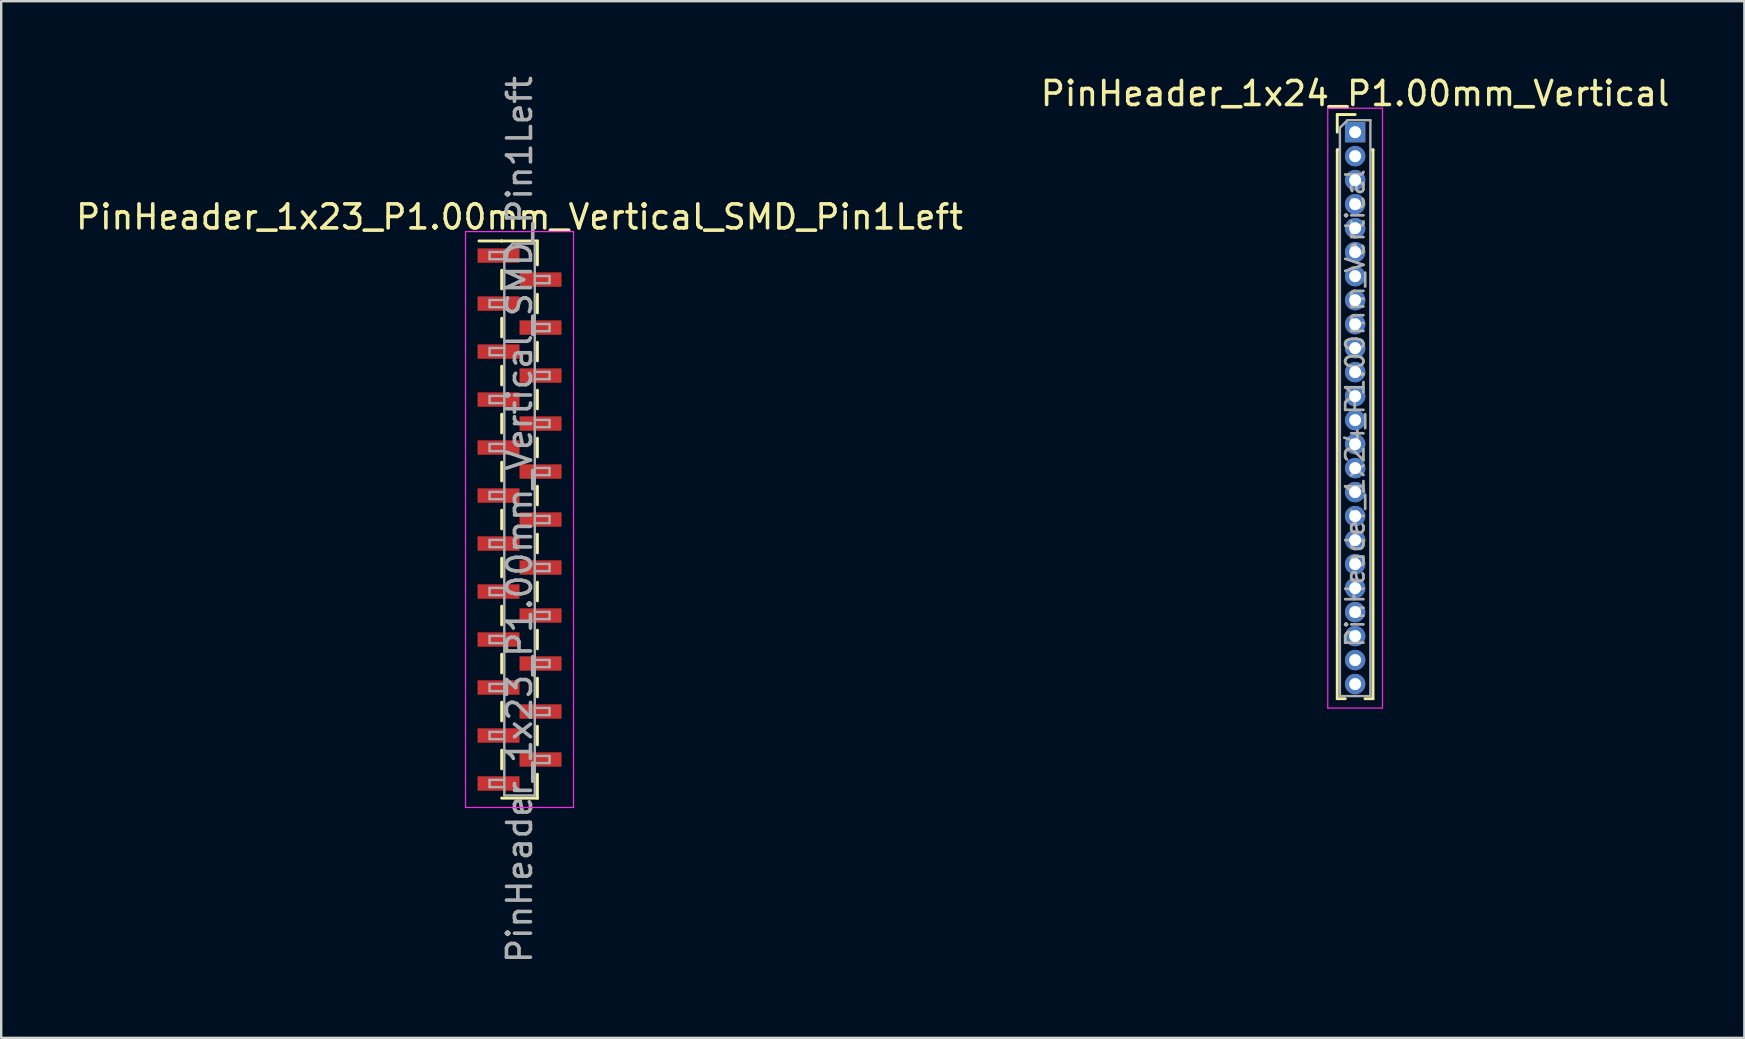
<source format=kicad_pcb>
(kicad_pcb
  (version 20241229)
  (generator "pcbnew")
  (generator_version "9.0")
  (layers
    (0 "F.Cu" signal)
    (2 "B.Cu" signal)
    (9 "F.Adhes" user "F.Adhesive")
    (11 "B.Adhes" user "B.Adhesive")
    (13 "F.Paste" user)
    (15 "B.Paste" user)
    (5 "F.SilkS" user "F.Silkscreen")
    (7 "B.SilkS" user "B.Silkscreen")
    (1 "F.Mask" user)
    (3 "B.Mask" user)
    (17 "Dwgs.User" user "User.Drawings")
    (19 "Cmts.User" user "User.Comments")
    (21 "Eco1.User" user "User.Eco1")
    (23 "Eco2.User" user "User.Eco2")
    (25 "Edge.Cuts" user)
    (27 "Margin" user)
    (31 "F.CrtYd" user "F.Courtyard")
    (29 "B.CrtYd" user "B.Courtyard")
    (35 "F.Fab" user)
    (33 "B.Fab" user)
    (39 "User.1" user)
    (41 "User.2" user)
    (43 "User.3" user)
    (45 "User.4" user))
  (footprint "PinHeader_1x23_P1.00mm_Vertical_SMD_Pin1Left"
    (layer "F.Cu")
    (at 18.601 18.601)
    (property "Reference" "PinHeader_1x23_P1.00mm_Vertical_SMD_Pin1Left" (at 0 -12.61 0) (layer "F.SilkS") (effects (font (size 1 1) (thickness 0.15))))
    (attr smd)
    (fp_line (start -0.745 -11.61) (end -1.69 -11.61) (stroke (width 0.12) (type solid)) (layer "F.SilkS"))
    (fp_line (start -0.745 -11.61) (end -0.745 -11.61) (stroke (width 0.12) (type solid)) (layer "F.SilkS"))
    (fp_line (start -0.745 -11.61) (end 0.745 -11.61) (stroke (width 0.12) (type solid)) (layer "F.SilkS"))
    (fp_line (start -0.745 -10.39) (end -0.745 -9.61) (stroke (width 0.12) (type solid)) (layer "F.SilkS"))
    (fp_line (start -0.745 -8.39) (end -0.745 -7.61) (stroke (width 0.12) (type solid)) (layer "F.SilkS"))
    (fp_line (start -0.745 -6.39) (end -0.745 -5.61) (stroke (width 0.12) (type solid)) (layer "F.SilkS"))
    (fp_line (start -0.745 -4.39) (end -0.745 -3.61) (stroke (width 0.12) (type solid)) (layer "F.SilkS"))
    (fp_line (start -0.745 -2.39) (end -0.745 -1.61) (stroke (width 0.12) (type solid)) (layer "F.SilkS"))
    (fp_line (start -0.745 -0.39) (end -0.745 0.39) (stroke (width 0.12) (type solid)) (layer "F.SilkS"))
    (fp_line (start -0.745 1.61) (end -0.745 2.39) (stroke (width 0.12) (type solid)) (layer "F.SilkS"))
    (fp_line (start -0.745 3.61) (end -0.745 4.39) (stroke (width 0.12) (type solid)) (layer "F.SilkS"))
    (fp_line (start -0.745 5.61) (end -0.745 6.39) (stroke (width 0.12) (type solid)) (layer "F.SilkS"))
    (fp_line (start -0.745 7.61) (end -0.745 8.39) (stroke (width 0.12) (type solid)) (layer "F.SilkS"))
    (fp_line (start -0.745 9.61) (end -0.745 10.39) (stroke (width 0.12) (type solid)) (layer "F.SilkS"))
    (fp_line (start -0.745 11.61) (end 0.745 11.61) (stroke (width 0.12) (type solid)) (layer "F.SilkS"))
    (fp_line (start 0.745 -11.61) (end 0.745 -10.61) (stroke (width 0.12) (type solid)) (layer "F.SilkS"))
    (fp_line (start 0.745 -9.39) (end 0.745 -8.61) (stroke (width 0.12) (type solid)) (layer "F.SilkS"))
    (fp_line (start 0.745 -7.39) (end 0.745 -6.61) (stroke (width 0.12) (type solid)) (layer "F.SilkS"))
    (fp_line (start 0.745 -5.39) (end 0.745 -4.61) (stroke (width 0.12) (type solid)) (layer "F.SilkS"))
    (fp_line (start 0.745 -3.39) (end 0.745 -2.61) (stroke (width 0.12) (type solid)) (layer "F.SilkS"))
    (fp_line (start 0.745 -1.39) (end 0.745 -0.61) (stroke (width 0.12) (type solid)) (layer "F.SilkS"))
    (fp_line (start 0.745 0.61) (end 0.745 1.39) (stroke (width 0.12) (type solid)) (layer "F.SilkS"))
    (fp_line (start 0.745 2.61) (end 0.745 3.39) (stroke (width 0.12) (type solid)) (layer "F.SilkS"))
    (fp_line (start 0.745 4.61) (end 0.745 5.39) (stroke (width 0.12) (type solid)) (layer "F.SilkS"))
    (fp_line (start 0.745 6.61) (end 0.745 7.39) (stroke (width 0.12) (type solid)) (layer "F.SilkS"))
    (fp_line (start 0.745 8.61) (end 0.745 9.39) (stroke (width 0.12) (type solid)) (layer "F.SilkS"))
    (fp_line (start 0.745 10.61) (end 0.745 11.61) (stroke (width 0.12) (type solid)) (layer "F.SilkS"))
    (fp_line (start 0.745 11.61) (end 0.745 11.61) (stroke (width 0.12) (type solid)) (layer "F.SilkS"))
    (fp_line (start -2.25 -12) (end -2.25 12) (stroke (width 0.05) (type solid)) (layer "F.CrtYd"))
    (fp_line (start -2.25 12) (end 2.25 12) (stroke (width 0.05) (type solid)) (layer "F.CrtYd"))
    (fp_line (start 2.25 -12) (end -2.25 -12) (stroke (width 0.05) (type solid)) (layer "F.CrtYd"))
    (fp_line (start 2.25 12) (end 2.25 -12) (stroke (width 0.05) (type solid)) (layer "F.CrtYd"))
    (fp_line (start -1.25 -11.15) (end -1.25 -10.85) (stroke (width 0.1) (type solid)) (layer "F.Fab"))
    (fp_line (start -1.25 -10.85) (end -0.635 -10.85) (stroke (width 0.1) (type solid)) (layer "F.Fab"))
    (fp_line (start -1.25 -9.15) (end -1.25 -8.85) (stroke (width 0.1) (type solid)) (layer "F.Fab"))
    (fp_line (start -1.25 -8.85) (end -0.635 -8.85) (stroke (width 0.1) (type solid)) (layer "F.Fab"))
    (fp_line (start -1.25 -7.15) (end -1.25 -6.85) (stroke (width 0.1) (type solid)) (layer "F.Fab"))
    (fp_line (start -1.25 -6.85) (end -0.635 -6.85) (stroke (width 0.1) (type solid)) (layer "F.Fab"))
    (fp_line (start -1.25 -5.15) (end -1.25 -4.85) (stroke (width 0.1) (type solid)) (layer "F.Fab"))
    (fp_line (start -1.25 -4.85) (end -0.635 -4.85) (stroke (width 0.1) (type solid)) (layer "F.Fab"))
    (fp_line (start -1.25 -3.15) (end -1.25 -2.85) (stroke (width 0.1) (type solid)) (layer "F.Fab"))
    (fp_line (start -1.25 -2.85) (end -0.635 -2.85) (stroke (width 0.1) (type solid)) (layer "F.Fab"))
    (fp_line (start -1.25 -1.15) (end -1.25 -0.85) (stroke (width 0.1) (type solid)) (layer "F.Fab"))
    (fp_line (start -1.25 -0.85) (end -0.635 -0.85) (stroke (width 0.1) (type solid)) (layer "F.Fab"))
    (fp_line (start -1.25 0.85) (end -1.25 1.15) (stroke (width 0.1) (type solid)) (layer "F.Fab"))
    (fp_line (start -1.25 1.15) (end -0.635 1.15) (stroke (width 0.1) (type solid)) (layer "F.Fab"))
    (fp_line (start -1.25 2.85) (end -1.25 3.15) (stroke (width 0.1) (type solid)) (layer "F.Fab"))
    (fp_line (start -1.25 3.15) (end -0.635 3.15) (stroke (width 0.1) (type solid)) (layer "F.Fab"))
    (fp_line (start -1.25 4.85) (end -1.25 5.15) (stroke (width 0.1) (type solid)) (layer "F.Fab"))
    (fp_line (start -1.25 5.15) (end -0.635 5.15) (stroke (width 0.1) (type solid)) (layer "F.Fab"))
    (fp_line (start -1.25 6.85) (end -1.25 7.15) (stroke (width 0.1) (type solid)) (layer "F.Fab"))
    (fp_line (start -1.25 7.15) (end -0.635 7.15) (stroke (width 0.1) (type solid)) (layer "F.Fab"))
    (fp_line (start -1.25 8.85) (end -1.25 9.15) (stroke (width 0.1) (type solid)) (layer "F.Fab"))
    (fp_line (start -1.25 9.15) (end -0.635 9.15) (stroke (width 0.1) (type solid)) (layer "F.Fab"))
    (fp_line (start -1.25 10.85) (end -1.25 11.15) (stroke (width 0.1) (type solid)) (layer "F.Fab"))
    (fp_line (start -1.25 11.15) (end -0.635 11.15) (stroke (width 0.1) (type solid)) (layer "F.Fab"))
    (fp_line (start -0.635 -11.15) (end -1.25 -11.15) (stroke (width 0.1) (type solid)) (layer "F.Fab"))
    (fp_line (start -0.635 -11.15) (end -0.285 -11.5) (stroke (width 0.1) (type solid)) (layer "F.Fab"))
    (fp_line (start -0.635 -9.15) (end -1.25 -9.15) (stroke (width 0.1) (type solid)) (layer "F.Fab"))
    (fp_line (start -0.635 -7.15) (end -1.25 -7.15) (stroke (width 0.1) (type solid)) (layer "F.Fab"))
    (fp_line (start -0.635 -5.15) (end -1.25 -5.15) (stroke (width 0.1) (type solid)) (layer "F.Fab"))
    (fp_line (start -0.635 -3.15) (end -1.25 -3.15) (stroke (width 0.1) (type solid)) (layer "F.Fab"))
    (fp_line (start -0.635 -1.15) (end -1.25 -1.15) (stroke (width 0.1) (type solid)) (layer "F.Fab"))
    (fp_line (start -0.635 0.85) (end -1.25 0.85) (stroke (width 0.1) (type solid)) (layer "F.Fab"))
    (fp_line (start -0.635 2.85) (end -1.25 2.85) (stroke (width 0.1) (type solid)) (layer "F.Fab"))
    (fp_line (start -0.635 4.85) (end -1.25 4.85) (stroke (width 0.1) (type solid)) (layer "F.Fab"))
    (fp_line (start -0.635 6.85) (end -1.25 6.85) (stroke (width 0.1) (type solid)) (layer "F.Fab"))
    (fp_line (start -0.635 8.85) (end -1.25 8.85) (stroke (width 0.1) (type solid)) (layer "F.Fab"))
    (fp_line (start -0.635 10.85) (end -1.25 10.85) (stroke (width 0.1) (type solid)) (layer "F.Fab"))
    (fp_line (start -0.635 11.5) (end -0.635 -11.15) (stroke (width 0.1) (type solid)) (layer "F.Fab"))
    (fp_line (start -0.285 -11.5) (end 0.635 -11.5) (stroke (width 0.1) (type solid)) (layer "F.Fab"))
    (fp_line (start 0.635 -11.5) (end 0.635 11.5) (stroke (width 0.1) (type solid)) (layer "F.Fab"))
    (fp_line (start 0.635 -10.15) (end 1.25 -10.15) (stroke (width 0.1) (type solid)) (layer "F.Fab"))
    (fp_line (start 0.635 -8.15) (end 1.25 -8.15) (stroke (width 0.1) (type solid)) (layer "F.Fab"))
    (fp_line (start 0.635 -6.15) (end 1.25 -6.15) (stroke (width 0.1) (type solid)) (layer "F.Fab"))
    (fp_line (start 0.635 -4.15) (end 1.25 -4.15) (stroke (width 0.1) (type solid)) (layer "F.Fab"))
    (fp_line (start 0.635 -2.15) (end 1.25 -2.15) (stroke (width 0.1) (type solid)) (layer "F.Fab"))
    (fp_line (start 0.635 -0.15) (end 1.25 -0.15) (stroke (width 0.1) (type solid)) (layer "F.Fab"))
    (fp_line (start 0.635 1.85) (end 1.25 1.85) (stroke (width 0.1) (type solid)) (layer "F.Fab"))
    (fp_line (start 0.635 3.85) (end 1.25 3.85) (stroke (width 0.1) (type solid)) (layer "F.Fab"))
    (fp_line (start 0.635 5.85) (end 1.25 5.85) (stroke (width 0.1) (type solid)) (layer "F.Fab"))
    (fp_line (start 0.635 7.85) (end 1.25 7.85) (stroke (width 0.1) (type solid)) (layer "F.Fab"))
    (fp_line (start 0.635 9.85) (end 1.25 9.85) (stroke (width 0.1) (type solid)) (layer "F.Fab"))
    (fp_line (start 0.635 11.5) (end -0.635 11.5) (stroke (width 0.1) (type solid)) (layer "F.Fab"))
    (fp_line (start 1.25 -10.15) (end 1.25 -9.85) (stroke (width 0.1) (type solid)) (layer "F.Fab"))
    (fp_line (start 1.25 -9.85) (end 0.635 -9.85) (stroke (width 0.1) (type solid)) (layer "F.Fab"))
    (fp_line (start 1.25 -8.15) (end 1.25 -7.85) (stroke (width 0.1) (type solid)) (layer "F.Fab"))
    (fp_line (start 1.25 -7.85) (end 0.635 -7.85) (stroke (width 0.1) (type solid)) (layer "F.Fab"))
    (fp_line (start 1.25 -6.15) (end 1.25 -5.85) (stroke (width 0.1) (type solid)) (layer "F.Fab"))
    (fp_line (start 1.25 -5.85) (end 0.635 -5.85) (stroke (width 0.1) (type solid)) (layer "F.Fab"))
    (fp_line (start 1.25 -4.15) (end 1.25 -3.85) (stroke (width 0.1) (type solid)) (layer "F.Fab"))
    (fp_line (start 1.25 -3.85) (end 0.635 -3.85) (stroke (width 0.1) (type solid)) (layer "F.Fab"))
    (fp_line (start 1.25 -2.15) (end 1.25 -1.85) (stroke (width 0.1) (type solid)) (layer "F.Fab"))
    (fp_line (start 1.25 -1.85) (end 0.635 -1.85) (stroke (width 0.1) (type solid)) (layer "F.Fab"))
    (fp_line (start 1.25 -0.15) (end 1.25 0.15) (stroke (width 0.1) (type solid)) (layer "F.Fab"))
    (fp_line (start 1.25 0.15) (end 0.635 0.15) (stroke (width 0.1) (type solid)) (layer "F.Fab"))
    (fp_line (start 1.25 1.85) (end 1.25 2.15) (stroke (width 0.1) (type solid)) (layer "F.Fab"))
    (fp_line (start 1.25 2.15) (end 0.635 2.15) (stroke (width 0.1) (type solid)) (layer "F.Fab"))
    (fp_line (start 1.25 3.85) (end 1.25 4.15) (stroke (width 0.1) (type solid)) (layer "F.Fab"))
    (fp_line (start 1.25 4.15) (end 0.635 4.15) (stroke (width 0.1) (type solid)) (layer "F.Fab"))
    (fp_line (start 1.25 5.85) (end 1.25 6.15) (stroke (width 0.1) (type solid)) (layer "F.Fab"))
    (fp_line (start 1.25 6.15) (end 0.635 6.15) (stroke (width 0.1) (type solid)) (layer "F.Fab"))
    (fp_line (start 1.25 7.85) (end 1.25 8.15) (stroke (width 0.1) (type solid)) (layer "F.Fab"))
    (fp_line (start 1.25 8.15) (end 0.635 8.15) (stroke (width 0.1) (type solid)) (layer "F.Fab"))
    (fp_line (start 1.25 9.85) (end 1.25 10.15) (stroke (width 0.1) (type solid)) (layer "F.Fab"))
    (fp_line (start 1.25 10.15) (end 0.635 10.15) (stroke (width 0.1) (type solid)) (layer "F.Fab"))
    (fp_text user "${REFERENCE}" (at 0 0 90) (layer "F.Fab") (effects (font (size 1 1) (thickness 0.15))))
    (pad "1" smd rect (at -0.875 -11) (size 1.75 0.6) (layers "F.Cu" "F.Mask" "F.Paste"))
    (pad "2" smd rect (at 0.875 -10) (size 1.75 0.6) (layers "F.Cu" "F.Mask" "F.Paste"))
    (pad "3" smd rect (at -0.875 -9) (size 1.75 0.6) (layers "F.Cu" "F.Mask" "F.Paste"))
    (pad "4" smd rect (at 0.875 -8) (size 1.75 0.6) (layers "F.Cu" "F.Mask" "F.Paste"))
    (pad "5" smd rect (at -0.875 -7) (size 1.75 0.6) (layers "F.Cu" "F.Mask" "F.Paste"))
    (pad "6" smd rect (at 0.875 -6) (size 1.75 0.6) (layers "F.Cu" "F.Mask" "F.Paste"))
    (pad "7" smd rect (at -0.875 -5) (size 1.75 0.6) (layers "F.Cu" "F.Mask" "F.Paste"))
    (pad "8" smd rect (at 0.875 -4) (size 1.75 0.6) (layers "F.Cu" "F.Mask" "F.Paste"))
    (pad "9" smd rect (at -0.875 -3) (size 1.75 0.6) (layers "F.Cu" "F.Mask" "F.Paste"))
    (pad "10" smd rect (at 0.875 -2) (size 1.75 0.6) (layers "F.Cu" "F.Mask" "F.Paste"))
    (pad "11" smd rect (at -0.875 -1) (size 1.75 0.6) (layers "F.Cu" "F.Mask" "F.Paste"))
    (pad "12" smd rect (at 0.875 0) (size 1.75 0.6) (layers "F.Cu" "F.Mask" "F.Paste"))
    (pad "13" smd rect (at -0.875 1) (size 1.75 0.6) (layers "F.Cu" "F.Mask" "F.Paste"))
    (pad "14" smd rect (at 0.875 2) (size 1.75 0.6) (layers "F.Cu" "F.Mask" "F.Paste"))
    (pad "15" smd rect (at -0.875 3) (size 1.75 0.6) (layers "F.Cu" "F.Mask" "F.Paste"))
    (pad "16" smd rect (at 0.875 4) (size 1.75 0.6) (layers "F.Cu" "F.Mask" "F.Paste"))
    (pad "17" smd rect (at -0.875 5) (size 1.75 0.6) (layers "F.Cu" "F.Mask" "F.Paste"))
    (pad "18" smd rect (at 0.875 6) (size 1.75 0.6) (layers "F.Cu" "F.Mask" "F.Paste"))
    (pad "19" smd rect (at -0.875 7) (size 1.75 0.6) (layers "F.Cu" "F.Mask" "F.Paste"))
    (pad "20" smd rect (at 0.875 8) (size 1.75 0.6) (layers "F.Cu" "F.Mask" "F.Paste"))
    (pad "21" smd rect (at -0.875 9) (size 1.75 0.6) (layers "F.Cu" "F.Mask" "F.Paste"))
    (pad "22" smd rect (at 0.875 10) (size 1.75 0.6) (layers "F.Cu" "F.Mask" "F.Paste"))
    (pad "23" smd rect (at -0.875 11) (size 1.75 0.6) (layers "F.Cu" "F.Mask" "F.Paste")))
  (footprint "PinHeader_1x24_P1.00mm_Vertical"
    (layer "F.Cu")
    (at 53.423 2.458)
    (property "Reference" "PinHeader_1x24_P1.00mm_Vertical" (at 0 -1.61 0) (layer "F.SilkS") (effects (font (size 1 1) (thickness 0.15))))
    (attr through_hole)
    (fp_line (start -0.745 -0.735) (end 0 -0.735) (stroke (width 0.12) (type solid)) (layer "F.SilkS"))
    (fp_line (start -0.745 0) (end -0.745 -0.735) (stroke (width 0.12) (type solid)) (layer "F.SilkS"))
    (fp_line (start -0.745 0.735) (end -0.745 23.61) (stroke (width 0.12) (type solid)) (layer "F.SilkS"))
    (fp_line (start -0.745 0.735) (end -0.686 0.735) (stroke (width 0.12) (type solid)) (layer "F.SilkS"))
    (fp_line (start -0.745 23.61) (end -0.41 23.61) (stroke (width 0.12) (type solid)) (layer "F.SilkS"))
    (fp_line (start 0.41 23.61) (end 0.745 23.61) (stroke (width 0.12) (type solid)) (layer "F.SilkS"))
    (fp_line (start 0.686 0.735) (end 0.745 0.735) (stroke (width 0.12) (type solid)) (layer "F.SilkS"))
    (fp_line (start 0.745 0.735) (end 0.745 23.61) (stroke (width 0.12) (type solid)) (layer "F.SilkS"))
    (fp_line (start -1.14 -1) (end -1.14 24) (stroke (width 0.05) (type solid)) (layer "F.CrtYd"))
    (fp_line (start -1.14 24) (end 1.14 24) (stroke (width 0.05) (type solid)) (layer "F.CrtYd"))
    (fp_line (start 1.14 -1) (end -1.14 -1) (stroke (width 0.05) (type solid)) (layer "F.CrtYd"))
    (fp_line (start 1.14 24) (end 1.14 -1) (stroke (width 0.05) (type solid)) (layer "F.CrtYd"))
    (fp_line (start -0.635 -0.182) (end -0.318 -0.5) (stroke (width 0.1) (type solid)) (layer "F.Fab"))
    (fp_line (start -0.635 23.5) (end -0.635 -0.182) (stroke (width 0.1) (type solid)) (layer "F.Fab"))
    (fp_line (start -0.318 -0.5) (end 0.635 -0.5) (stroke (width 0.1) (type solid)) (layer "F.Fab"))
    (fp_line (start 0.635 -0.5) (end 0.635 23.5) (stroke (width 0.1) (type solid)) (layer "F.Fab"))
    (fp_line (start 0.635 23.5) (end -0.635 23.5) (stroke (width 0.1) (type solid)) (layer "F.Fab"))
    (fp_text user "${REFERENCE}" (at 0 11.5 90) (layer "F.Fab") (effects (font (size 0.76 0.76) (thickness 0.114))))
    (pad "1" thru_hole rect (at 0 0) (size 0.85 0.85) (drill 0.5) (layers "*.Cu" "*.Mask"))
    (pad "2" thru_hole circle (at 0 1) (size 0.85 0.85) (drill 0.5) (layers "*.Cu" "*.Mask"))
    (pad "3" thru_hole circle (at 0 2) (size 0.85 0.85) (drill 0.5) (layers "*.Cu" "*.Mask"))
    (pad "4" thru_hole circle (at 0 3) (size 0.85 0.85) (drill 0.5) (layers "*.Cu" "*.Mask"))
    (pad "5" thru_hole circle (at 0 4) (size 0.85 0.85) (drill 0.5) (layers "*.Cu" "*.Mask"))
    (pad "6" thru_hole circle (at 0 5) (size 0.85 0.85) (drill 0.5) (layers "*.Cu" "*.Mask"))
    (pad "7" thru_hole circle (at 0 6) (size 0.85 0.85) (drill 0.5) (layers "*.Cu" "*.Mask"))
    (pad "8" thru_hole circle (at 0 7) (size 0.85 0.85) (drill 0.5) (layers "*.Cu" "*.Mask"))
    (pad "9" thru_hole circle (at 0 8) (size 0.85 0.85) (drill 0.5) (layers "*.Cu" "*.Mask"))
    (pad "10" thru_hole circle (at 0 9) (size 0.85 0.85) (drill 0.5) (layers "*.Cu" "*.Mask"))
    (pad "11" thru_hole circle (at 0 10) (size 0.85 0.85) (drill 0.5) (layers "*.Cu" "*.Mask"))
    (pad "12" thru_hole circle (at 0 11) (size 0.85 0.85) (drill 0.5) (layers "*.Cu" "*.Mask"))
    (pad "13" thru_hole circle (at 0 12) (size 0.85 0.85) (drill 0.5) (layers "*.Cu" "*.Mask"))
    (pad "14" thru_hole circle (at 0 13) (size 0.85 0.85) (drill 0.5) (layers "*.Cu" "*.Mask"))
    (pad "15" thru_hole circle (at 0 14) (size 0.85 0.85) (drill 0.5) (layers "*.Cu" "*.Mask"))
    (pad "16" thru_hole circle (at 0 15) (size 0.85 0.85) (drill 0.5) (layers "*.Cu" "*.Mask"))
    (pad "17" thru_hole circle (at 0 16) (size 0.85 0.85) (drill 0.5) (layers "*.Cu" "*.Mask"))
    (pad "18" thru_hole circle (at 0 17) (size 0.85 0.85) (drill 0.5) (layers "*.Cu" "*.Mask"))
    (pad "19" thru_hole circle (at 0 18) (size 0.85 0.85) (drill 0.5) (layers "*.Cu" "*.Mask"))
    (pad "20" thru_hole circle (at 0 19) (size 0.85 0.85) (drill 0.5) (layers "*.Cu" "*.Mask"))
    (pad "21" thru_hole circle (at 0 20) (size 0.85 0.85) (drill 0.5) (layers "*.Cu" "*.Mask"))
    (pad "22" thru_hole circle (at 0 21) (size 0.85 0.85) (drill 0.5) (layers "*.Cu" "*.Mask"))
    (pad "23" thru_hole circle (at 0 22) (size 0.85 0.85) (drill 0.5) (layers "*.Cu" "*.Mask"))
    (pad "24" thru_hole circle (at 0 23) (size 0.85 0.85) (drill 0.5) (layers "*.Cu" "*.Mask")))
  (gr_rect
    (start -3 -3)
    (end 69.643 40.202)
    (stroke (width 0.1) (type default))
    (fill no)
    (layer "Edge.Cuts")))
</source>
